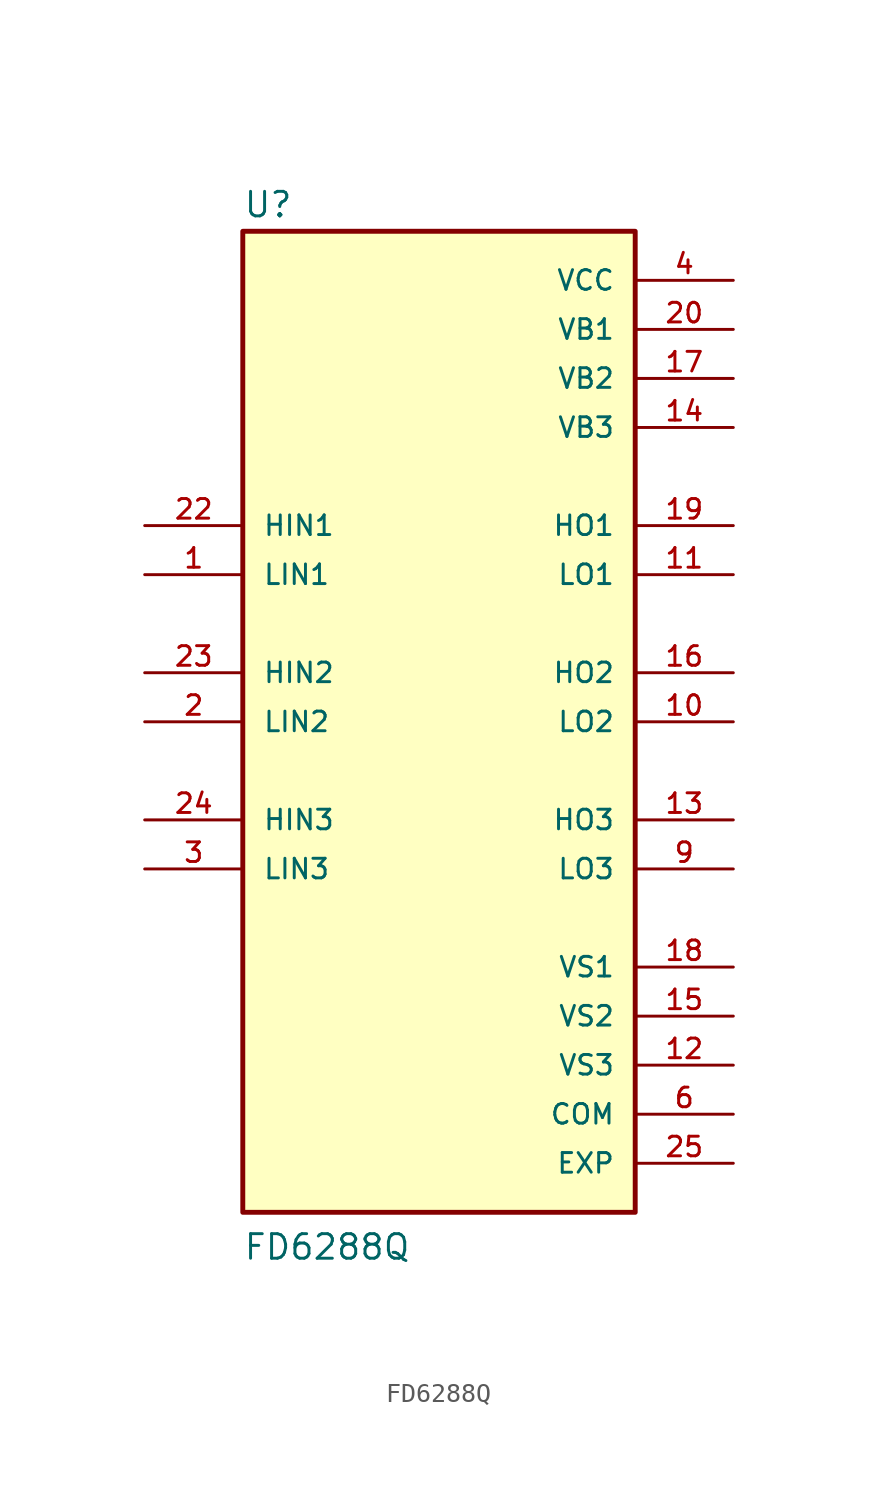
<source format=kicad_sym>
(kicad_symbol_lib
  (version 20241209)
  (generator "kicad_symbol_editor")
  (generator_version "9.0")
  (symbol "FD6288Q"
    (pin_names
      (offset 1.016))
    (property "Reference" "U"
      (at -10.16 26.035 0)
      (effects (font (size 1.27 1.27)) (justify left bottom)))
    (property "Value" "FD6288Q"
      (at -10.16 -27.94 0)
      (effects (font (size 1.27 1.27)) (justify left bottom)))
    (symbol "FD6288Q_0_0"
      (rectangle (start -10.16 -25.4) (end 10.16 25.4) (stroke (width 0.254) (type default)) (fill (type background)))
      (pin input line (at -15.24 10.16 0) (length 5.08) (name "HIN1" (effects (font (size 1.016 1.016)))) (number "22" (effects (font (size 1.016 1.016)))))
      (pin input line (at -15.24 7.62 0) (length 5.08) (name "LIN1" (effects (font (size 1.016 1.016)))) (number "1" (effects (font (size 1.016 1.016)))))
      (pin input line (at -15.24 2.54 0) (length 5.08) (name "HIN2" (effects (font (size 1.016 1.016)))) (number "23" (effects (font (size 1.016 1.016)))))
      (pin input line (at -15.24 0 0) (length 5.08) (name "LIN2" (effects (font (size 1.016 1.016)))) (number "2" (effects (font (size 1.016 1.016)))))
      (pin input line (at -15.24 -5.08 0) (length 5.08) (name "HIN3" (effects (font (size 1.016 1.016)))) (number "24" (effects (font (size 1.016 1.016)))))
      (pin input line (at -15.24 -7.62 0) (length 5.08) (name "LIN3" (effects (font (size 1.016 1.016)))) (number "3" (effects (font (size 1.016 1.016)))))
      (pin power_in line (at 15.24 22.86 180) (length 5.08) (name "VCC" (effects (font (size 1.016 1.016)))) (number "4" (effects (font (size 1.016 1.016)))))
      (pin power_in line (at 15.24 20.32 180) (length 5.08) (name "VB1" (effects (font (size 1.016 1.016)))) (number "20" (effects (font (size 1.016 1.016)))))
      (pin power_in line (at 15.24 17.78 180) (length 5.08) (name "VB2" (effects (font (size 1.016 1.016)))) (number "17" (effects (font (size 1.016 1.016)))))
      (pin power_in line (at 15.24 15.24 180) (length 5.08) (name "VB3" (effects (font (size 1.016 1.016)))) (number "14" (effects (font (size 1.016 1.016)))))
      (pin output line (at 15.24 10.16 180) (length 5.08) (name "HO1" (effects (font (size 1.016 1.016)))) (number "19" (effects (font (size 1.016 1.016)))))
      (pin output line (at 15.24 7.62 180) (length 5.08) (name "LO1" (effects (font (size 1.016 1.016)))) (number "11" (effects (font (size 1.016 1.016)))))
      (pin output line (at 15.24 2.54 180) (length 5.08) (name "HO2" (effects (font (size 1.016 1.016)))) (number "16" (effects (font (size 1.016 1.016)))))
      (pin output line (at 15.24 0 180) (length 5.08) (name "LO2" (effects (font (size 1.016 1.016)))) (number "10" (effects (font (size 1.016 1.016)))))
      (pin output line (at 15.24 -5.08 180) (length 5.08) (name "HO3" (effects (font (size 1.016 1.016)))) (number "13" (effects (font (size 1.016 1.016)))))
      (pin output line (at 15.24 -7.62 180) (length 5.08) (name "LO3" (effects (font (size 1.016 1.016)))) (number "9" (effects (font (size 1.016 1.016)))))
      (pin power_in line (at 15.24 -12.7 180) (length 5.08) (name "VS1" (effects (font (size 1.016 1.016)))) (number "18" (effects (font (size 1.016 1.016)))))
      (pin power_in line (at 15.24 -15.24 180) (length 5.08) (name "VS2" (effects (font (size 1.016 1.016)))) (number "15" (effects (font (size 1.016 1.016)))))
      (pin power_in line (at 15.24 -17.78 180) (length 5.08) (name "VS3" (effects (font (size 1.016 1.016)))) (number "12" (effects (font (size 1.016 1.016)))))
      (pin power_in line (at 15.24 -20.32 180) (length 5.08) (name "COM" (effects (font (size 1.016 1.016)))) (number "6" (effects (font (size 1.016 1.016)))))
      (pin power_in line (at 15.24 -22.86 180) (length 5.08) (name "EXP" (effects (font (size 1.016 1.016)))) (number "25" (effects (font (size 1.016 1.016))))))))
</source>
